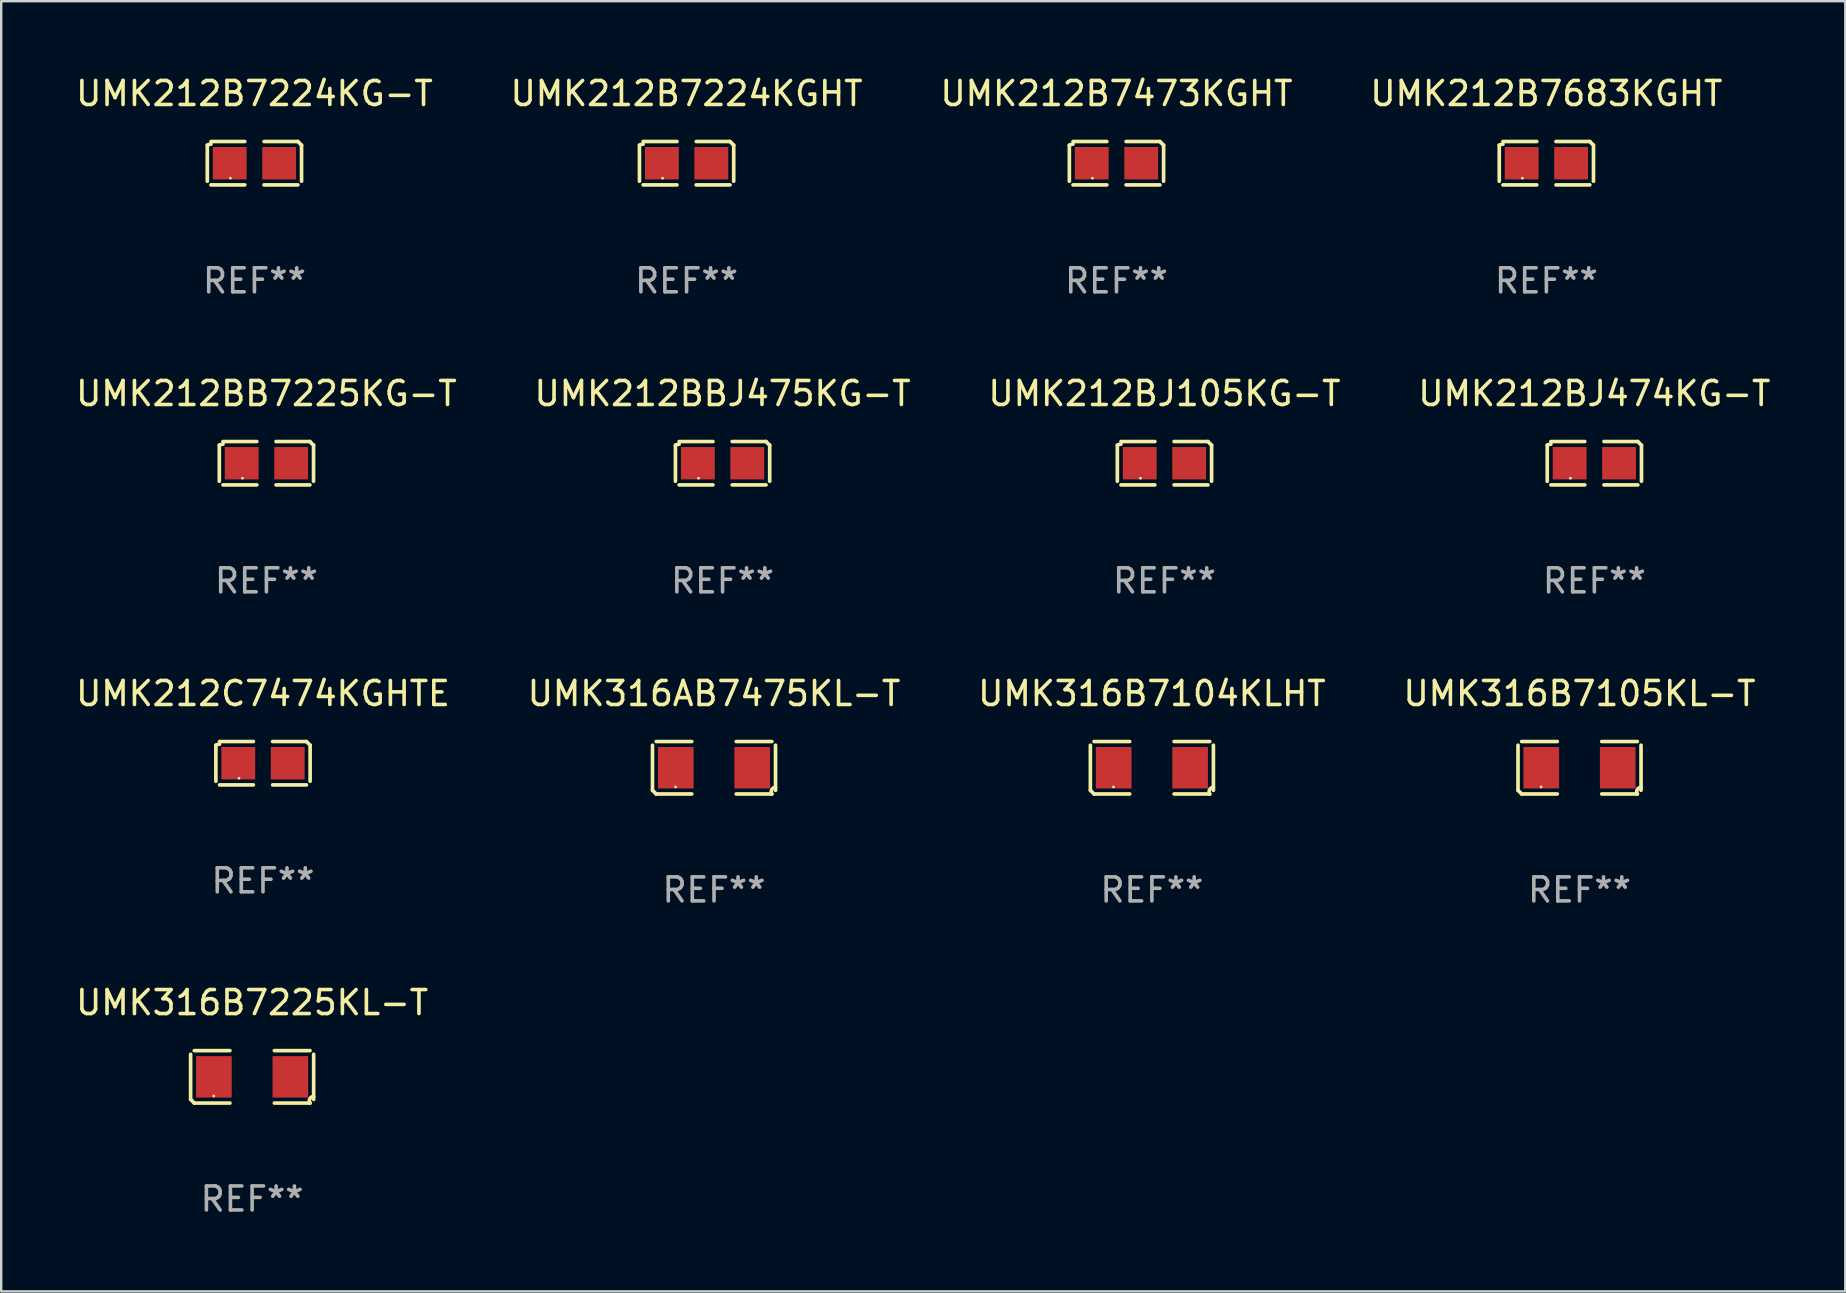
<source format=kicad_pcb>
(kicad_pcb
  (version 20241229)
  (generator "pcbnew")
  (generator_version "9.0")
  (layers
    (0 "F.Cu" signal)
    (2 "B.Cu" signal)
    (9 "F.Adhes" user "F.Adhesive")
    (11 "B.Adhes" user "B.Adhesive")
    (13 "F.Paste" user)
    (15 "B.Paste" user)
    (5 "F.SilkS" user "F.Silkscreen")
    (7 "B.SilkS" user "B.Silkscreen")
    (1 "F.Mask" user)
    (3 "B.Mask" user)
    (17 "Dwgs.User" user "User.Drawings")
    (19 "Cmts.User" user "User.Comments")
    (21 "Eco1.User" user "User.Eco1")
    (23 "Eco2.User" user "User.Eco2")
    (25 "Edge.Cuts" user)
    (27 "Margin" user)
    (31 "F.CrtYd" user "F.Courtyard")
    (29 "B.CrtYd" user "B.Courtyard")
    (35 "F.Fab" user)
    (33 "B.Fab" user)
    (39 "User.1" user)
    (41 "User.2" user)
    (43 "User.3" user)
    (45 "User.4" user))
  (footprint "UMK212BB7225KG-T"
    (layer "F.Cu")
    (at 8.054 16.256)
    (property "Reference" "UMK212BB7225KG-T" (at 0 -2.904 0) (layer "F.SilkS") (effects (font (size 1 1) (thickness 0.15))))
    (attr through_hole)
    (fp_line (start -1.964 0.751) (end -1.964 -0.751) (stroke (width 0.152) (type solid)) (layer "F.SilkS"))
    (fp_line (start -1.811 -0.904) (end -0.401 -0.904) (stroke (width 0.152) (type solid)) (layer "F.SilkS"))
    (fp_line (start -0.401 0.904) (end -1.811 0.904) (stroke (width 0.152) (type solid)) (layer "F.SilkS"))
    (fp_line (start 0.401 0.904) (end 1.811 0.904) (stroke (width 0.152) (type solid)) (layer "F.SilkS"))
    (fp_line (start 1.811 -0.904) (end 0.401 -0.904) (stroke (width 0.152) (type solid)) (layer "F.SilkS"))
    (fp_line (start 1.964 0.751) (end 1.964 -0.751) (stroke (width 0.152) (type solid)) (layer "F.SilkS"))
    (fp_arc (start -1.963602 -0.751207) (mid -1.890354 -0.783131) (end -1.811201 -0.794044) (stroke (width 0.1524) (type solid)) (layer "F.SilkS"))
    (fp_arc (start 1.811202 -0.903607) (mid 1.887413 -0.827418) (end 1.963602 -0.751207) (stroke (width 0.1524) (type solid)) (layer "F.SilkS"))
    (fp_circle (center -1 0.625) (end -0.97 0.625) (stroke (width 0.06) (type solid)) (fill no) (layer "F.SilkS"))
    (fp_text user "REF**" (at 0 4.904 0) (layer "F.Fab") (effects (font (size 1 1) (thickness 0.15))))
    (pad "1" smd rect (at -1.03 0) (size 1.41 1.35) (layers "F.Cu" "F.Mask" "F.Paste"))
    (pad "2" smd rect (at 1.03 0) (size 1.41 1.35) (layers "F.Cu" "F.Mask" "F.Paste")))
  (footprint "UMK316AB7475KL-T"
    (layer "F.Cu")
    (at 26.708 28.948)
    (property "Reference" "UMK316AB7475KL-T" (at 0 -3.093 0) (layer "F.SilkS") (effects (font (size 1 1) (thickness 0.15))))
    (attr through_hole)
    (fp_line (start -2.564 0.94) (end -2.564 -0.94) (stroke (width 0.152) (type solid)) (layer "F.SilkS"))
    (fp_line (start -2.411 -1.093) (end -0.926 -1.093) (stroke (width 0.152) (type solid)) (layer "F.SilkS"))
    (fp_line (start -0.926 1.093) (end -2.411 1.093) (stroke (width 0.152) (type solid)) (layer "F.SilkS"))
    (fp_line (start 0.926 1.093) (end 2.411 1.093) (stroke (width 0.152) (type solid)) (layer "F.SilkS"))
    (fp_line (start 2.411 -1.093) (end 0.926 -1.093) (stroke (width 0.152) (type solid)) (layer "F.SilkS"))
    (fp_line (start 2.564 0.94) (end 2.564 -0.94) (stroke (width 0.152) (type solid)) (layer "F.SilkS"))
    (fp_arc (start -2.411201 1.092609) (mid -2.487413 1.01642) (end -2.563602 0.940208) (stroke (width 0.1524) (type solid)) (layer "F.SilkS"))
    (fp_arc (start 2.411201 1.092609) (mid 2.407159 0.911226) (end 2.563602 0.819347) (stroke (width 0.1524) (type solid)) (layer "F.SilkS"))
    (fp_circle (center -1.6 0.8) (end -1.57 0.8) (stroke (width 0.06) (type solid)) (fill no) (layer "F.SilkS"))
    (fp_text user "REF**" (at 0 5.093 0) (layer "F.Fab") (effects (font (size 1 1) (thickness 0.15))))
    (pad "1" smd rect (at -1.593 0) (size 1.485 1.728) (layers "F.Cu" "F.Mask" "F.Paste"))
    (pad "2" smd rect (at 1.593 0) (size 1.485 1.728) (layers "F.Cu" "F.Mask" "F.Paste")))
  (footprint "UMK212BJ105KG-T"
    (layer "F.Cu")
    (at 45.482 16.256)
    (property "Reference" "UMK212BJ105KG-T" (at 0 -2.904 0) (layer "F.SilkS") (effects (font (size 1 1) (thickness 0.15))))
    (attr through_hole)
    (fp_line (start -1.964 0.751) (end -1.964 -0.751) (stroke (width 0.152) (type solid)) (layer "F.SilkS"))
    (fp_line (start -1.811 -0.904) (end -0.401 -0.904) (stroke (width 0.152) (type solid)) (layer "F.SilkS"))
    (fp_line (start -0.401 0.904) (end -1.811 0.904) (stroke (width 0.152) (type solid)) (layer "F.SilkS"))
    (fp_line (start 0.401 0.904) (end 1.811 0.904) (stroke (width 0.152) (type solid)) (layer "F.SilkS"))
    (fp_line (start 1.811 -0.904) (end 0.401 -0.904) (stroke (width 0.152) (type solid)) (layer "F.SilkS"))
    (fp_line (start 1.964 0.751) (end 1.964 -0.751) (stroke (width 0.152) (type solid)) (layer "F.SilkS"))
    (fp_arc (start -1.963602 -0.751207) (mid -1.890354 -0.783131) (end -1.811201 -0.794044) (stroke (width 0.1524) (type solid)) (layer "F.SilkS"))
    (fp_arc (start 1.811202 -0.903607) (mid 1.887413 -0.827418) (end 1.963602 -0.751207) (stroke (width 0.1524) (type solid)) (layer "F.SilkS"))
    (fp_circle (center -1 0.625) (end -0.97 0.625) (stroke (width 0.06) (type solid)) (fill no) (layer "F.SilkS"))
    (fp_text user "REF**" (at 0 4.904 0) (layer "F.Fab") (effects (font (size 1 1) (thickness 0.15))))
    (pad "1" smd rect (at -1.03 0) (size 1.41 1.35) (layers "F.Cu" "F.Mask" "F.Paste"))
    (pad "2" smd rect (at 1.03 0) (size 1.41 1.35) (layers "F.Cu" "F.Mask" "F.Paste")))
  (footprint "UMK212B7224KG-T"
    (layer "F.Cu")
    (at 7.554 3.752)
    (property "Reference" "UMK212B7224KG-T" (at 0 -2.904 0) (layer "F.SilkS") (effects (font (size 1 1) (thickness 0.15))))
    (attr through_hole)
    (fp_line (start -1.964 0.751) (end -1.964 -0.751) (stroke (width 0.152) (type solid)) (layer "F.SilkS"))
    (fp_line (start -1.811 -0.904) (end -0.401 -0.904) (stroke (width 0.152) (type solid)) (layer "F.SilkS"))
    (fp_line (start -0.401 0.904) (end -1.811 0.904) (stroke (width 0.152) (type solid)) (layer "F.SilkS"))
    (fp_line (start 0.401 0.904) (end 1.811 0.904) (stroke (width 0.152) (type solid)) (layer "F.SilkS"))
    (fp_line (start 1.811 -0.904) (end 0.401 -0.904) (stroke (width 0.152) (type solid)) (layer "F.SilkS"))
    (fp_line (start 1.964 0.751) (end 1.964 -0.751) (stroke (width 0.152) (type solid)) (layer "F.SilkS"))
    (fp_arc (start -1.963602 -0.751207) (mid -1.890354 -0.783131) (end -1.811201 -0.794044) (stroke (width 0.1524) (type solid)) (layer "F.SilkS"))
    (fp_arc (start 1.811202 -0.903607) (mid 1.887413 -0.827418) (end 1.963602 -0.751207) (stroke (width 0.1524) (type solid)) (layer "F.SilkS"))
    (fp_circle (center -1 0.625) (end -0.97 0.625) (stroke (width 0.06) (type solid)) (fill no) (layer "F.SilkS"))
    (fp_text user "REF**" (at 0 4.904 0) (layer "F.Fab") (effects (font (size 1 1) (thickness 0.15))))
    (pad "1" smd rect (at -1.03 0) (size 1.41 1.35) (layers "F.Cu" "F.Mask" "F.Paste"))
    (pad "2" smd rect (at 1.03 0) (size 1.41 1.35) (layers "F.Cu" "F.Mask" "F.Paste")))
  (footprint "UMK212B7683KGHT"
    (layer "F.Cu")
    (at 61.399 3.752)
    (property "Reference" "UMK212B7683KGHT" (at 0 -2.904 0) (layer "F.SilkS") (effects (font (size 1 1) (thickness 0.15))))
    (attr through_hole)
    (fp_line (start -1.964 0.751) (end -1.964 -0.751) (stroke (width 0.152) (type solid)) (layer "F.SilkS"))
    (fp_line (start -1.811 -0.904) (end -0.401 -0.904) (stroke (width 0.152) (type solid)) (layer "F.SilkS"))
    (fp_line (start -0.401 0.904) (end -1.811 0.904) (stroke (width 0.152) (type solid)) (layer "F.SilkS"))
    (fp_line (start 0.401 0.904) (end 1.811 0.904) (stroke (width 0.152) (type solid)) (layer "F.SilkS"))
    (fp_line (start 1.811 -0.904) (end 0.401 -0.904) (stroke (width 0.152) (type solid)) (layer "F.SilkS"))
    (fp_line (start 1.964 0.751) (end 1.964 -0.751) (stroke (width 0.152) (type solid)) (layer "F.SilkS"))
    (fp_arc (start -1.963602 -0.751207) (mid -1.890354 -0.783131) (end -1.811201 -0.794044) (stroke (width 0.1524) (type solid)) (layer "F.SilkS"))
    (fp_arc (start 1.811202 -0.903607) (mid 1.887413 -0.827418) (end 1.963602 -0.751207) (stroke (width 0.1524) (type solid)) (layer "F.SilkS"))
    (fp_circle (center -1 0.625) (end -0.97 0.625) (stroke (width 0.06) (type solid)) (fill no) (layer "F.SilkS"))
    (fp_text user "REF**" (at 0 4.904 0) (layer "F.Fab") (effects (font (size 1 1) (thickness 0.15))))
    (pad "1" smd rect (at -1.03 0) (size 1.41 1.35) (layers "F.Cu" "F.Mask" "F.Paste"))
    (pad "2" smd rect (at 1.03 0) (size 1.41 1.35) (layers "F.Cu" "F.Mask" "F.Paste")))
  (footprint "UMK212BJ474KG-T"
    (layer "F.Cu")
    (at 63.399 16.256)
    (property "Reference" "UMK212BJ474KG-T" (at 0 -2.904 0) (layer "F.SilkS") (effects (font (size 1 1) (thickness 0.15))))
    (attr through_hole)
    (fp_line (start -1.964 0.751) (end -1.964 -0.751) (stroke (width 0.152) (type solid)) (layer "F.SilkS"))
    (fp_line (start -1.811 -0.904) (end -0.401 -0.904) (stroke (width 0.152) (type solid)) (layer "F.SilkS"))
    (fp_line (start -0.401 0.904) (end -1.811 0.904) (stroke (width 0.152) (type solid)) (layer "F.SilkS"))
    (fp_line (start 0.401 0.904) (end 1.811 0.904) (stroke (width 0.152) (type solid)) (layer "F.SilkS"))
    (fp_line (start 1.811 -0.904) (end 0.401 -0.904) (stroke (width 0.152) (type solid)) (layer "F.SilkS"))
    (fp_line (start 1.964 0.751) (end 1.964 -0.751) (stroke (width 0.152) (type solid)) (layer "F.SilkS"))
    (fp_arc (start -1.963602 -0.751207) (mid -1.890354 -0.783131) (end -1.811201 -0.794044) (stroke (width 0.1524) (type solid)) (layer "F.SilkS"))
    (fp_arc (start 1.811202 -0.903607) (mid 1.887413 -0.827418) (end 1.963602 -0.751207) (stroke (width 0.1524) (type solid)) (layer "F.SilkS"))
    (fp_circle (center -1 0.625) (end -0.97 0.625) (stroke (width 0.06) (type solid)) (fill no) (layer "F.SilkS"))
    (fp_text user "REF**" (at 0 4.904 0) (layer "F.Fab") (effects (font (size 1 1) (thickness 0.15))))
    (pad "1" smd rect (at -1.03 0) (size 1.41 1.35) (layers "F.Cu" "F.Mask" "F.Paste"))
    (pad "2" smd rect (at 1.03 0) (size 1.41 1.35) (layers "F.Cu" "F.Mask" "F.Paste")))
  (footprint "UMK212B7473KGHT"
    (layer "F.Cu")
    (at 43.482 3.752)
    (property "Reference" "UMK212B7473KGHT" (at 0 -2.904 0) (layer "F.SilkS") (effects (font (size 1 1) (thickness 0.15))))
    (attr through_hole)
    (fp_line (start -1.964 0.751) (end -1.964 -0.751) (stroke (width 0.152) (type solid)) (layer "F.SilkS"))
    (fp_line (start -1.811 -0.904) (end -0.401 -0.904) (stroke (width 0.152) (type solid)) (layer "F.SilkS"))
    (fp_line (start -0.401 0.904) (end -1.811 0.904) (stroke (width 0.152) (type solid)) (layer "F.SilkS"))
    (fp_line (start 0.401 0.904) (end 1.811 0.904) (stroke (width 0.152) (type solid)) (layer "F.SilkS"))
    (fp_line (start 1.811 -0.904) (end 0.401 -0.904) (stroke (width 0.152) (type solid)) (layer "F.SilkS"))
    (fp_line (start 1.964 0.751) (end 1.964 -0.751) (stroke (width 0.152) (type solid)) (layer "F.SilkS"))
    (fp_arc (start -1.963602 -0.751207) (mid -1.890354 -0.783131) (end -1.811201 -0.794044) (stroke (width 0.1524) (type solid)) (layer "F.SilkS"))
    (fp_arc (start 1.811202 -0.903607) (mid 1.887413 -0.827418) (end 1.963602 -0.751207) (stroke (width 0.1524) (type solid)) (layer "F.SilkS"))
    (fp_circle (center -1 0.625) (end -0.97 0.625) (stroke (width 0.06) (type solid)) (fill no) (layer "F.SilkS"))
    (fp_text user "REF**" (at 0 4.904 0) (layer "F.Fab") (effects (font (size 1 1) (thickness 0.15))))
    (pad "1" smd rect (at -1.03 0) (size 1.41 1.35) (layers "F.Cu" "F.Mask" "F.Paste"))
    (pad "2" smd rect (at 1.03 0) (size 1.41 1.35) (layers "F.Cu" "F.Mask" "F.Paste")))
  (footprint "UMK212BBJ475KG-T"
    (layer "F.Cu")
    (at 27.065 16.256)
    (property "Reference" "UMK212BBJ475KG-T" (at 0 -2.904 0) (layer "F.SilkS") (effects (font (size 1 1) (thickness 0.15))))
    (attr through_hole)
    (fp_line (start -1.964 0.751) (end -1.964 -0.751) (stroke (width 0.152) (type solid)) (layer "F.SilkS"))
    (fp_line (start -1.811 -0.904) (end -0.401 -0.904) (stroke (width 0.152) (type solid)) (layer "F.SilkS"))
    (fp_line (start -0.401 0.904) (end -1.811 0.904) (stroke (width 0.152) (type solid)) (layer "F.SilkS"))
    (fp_line (start 0.401 0.904) (end 1.811 0.904) (stroke (width 0.152) (type solid)) (layer "F.SilkS"))
    (fp_line (start 1.811 -0.904) (end 0.401 -0.904) (stroke (width 0.152) (type solid)) (layer "F.SilkS"))
    (fp_line (start 1.964 0.751) (end 1.964 -0.751) (stroke (width 0.152) (type solid)) (layer "F.SilkS"))
    (fp_arc (start -1.963602 -0.751207) (mid -1.890354 -0.783131) (end -1.811201 -0.794044) (stroke (width 0.1524) (type solid)) (layer "F.SilkS"))
    (fp_arc (start 1.811202 -0.903607) (mid 1.887413 -0.827418) (end 1.963602 -0.751207) (stroke (width 0.1524) (type solid)) (layer "F.SilkS"))
    (fp_circle (center -1 0.625) (end -0.97 0.625) (stroke (width 0.06) (type solid)) (fill no) (layer "F.SilkS"))
    (fp_text user "REF**" (at 0 4.904 0) (layer "F.Fab") (effects (font (size 1 1) (thickness 0.15))))
    (pad "1" smd rect (at -1.03 0) (size 1.41 1.35) (layers "F.Cu" "F.Mask" "F.Paste"))
    (pad "2" smd rect (at 1.03 0) (size 1.41 1.35) (layers "F.Cu" "F.Mask" "F.Paste")))
  (footprint "UMK316B7104KLHT"
    (layer "F.Cu")
    (at 44.958 28.948)
    (property "Reference" "UMK316B7104KLHT" (at 0 -3.093 0) (layer "F.SilkS") (effects (font (size 1 1) (thickness 0.15))))
    (attr through_hole)
    (fp_line (start -2.564 0.94) (end -2.564 -0.94) (stroke (width 0.152) (type solid)) (layer "F.SilkS"))
    (fp_line (start -2.411 -1.093) (end -0.926 -1.093) (stroke (width 0.152) (type solid)) (layer "F.SilkS"))
    (fp_line (start -0.926 1.093) (end -2.411 1.093) (stroke (width 0.152) (type solid)) (layer "F.SilkS"))
    (fp_line (start 0.926 1.093) (end 2.411 1.093) (stroke (width 0.152) (type solid)) (layer "F.SilkS"))
    (fp_line (start 2.411 -1.093) (end 0.926 -1.093) (stroke (width 0.152) (type solid)) (layer "F.SilkS"))
    (fp_line (start 2.564 0.94) (end 2.564 -0.94) (stroke (width 0.152) (type solid)) (layer "F.SilkS"))
    (fp_arc (start -2.411201 1.092609) (mid -2.487413 1.01642) (end -2.563602 0.940208) (stroke (width 0.1524) (type solid)) (layer "F.SilkS"))
    (fp_arc (start 2.411201 1.092609) (mid 2.407159 0.911226) (end 2.563602 0.819347) (stroke (width 0.1524) (type solid)) (layer "F.SilkS"))
    (fp_circle (center -1.6 0.8) (end -1.57 0.8) (stroke (width 0.06) (type solid)) (fill no) (layer "F.SilkS"))
    (fp_text user "REF**" (at 0 5.093 0) (layer "F.Fab") (effects (font (size 1 1) (thickness 0.15))))
    (pad "1" smd rect (at -1.593 0) (size 1.485 1.728) (layers "F.Cu" "F.Mask" "F.Paste"))
    (pad "2" smd rect (at 1.593 0) (size 1.485 1.728) (layers "F.Cu" "F.Mask" "F.Paste")))
  (footprint "UMK212B7224KGHT"
    (layer "F.Cu")
    (at 25.565 3.752)
    (property "Reference" "UMK212B7224KGHT" (at 0 -2.904 0) (layer "F.SilkS") (effects (font (size 1 1) (thickness 0.15))))
    (attr through_hole)
    (fp_line (start -1.964 0.751) (end -1.964 -0.751) (stroke (width 0.152) (type solid)) (layer "F.SilkS"))
    (fp_line (start -1.811 -0.904) (end -0.401 -0.904) (stroke (width 0.152) (type solid)) (layer "F.SilkS"))
    (fp_line (start -0.401 0.904) (end -1.811 0.904) (stroke (width 0.152) (type solid)) (layer "F.SilkS"))
    (fp_line (start 0.401 0.904) (end 1.811 0.904) (stroke (width 0.152) (type solid)) (layer "F.SilkS"))
    (fp_line (start 1.811 -0.904) (end 0.401 -0.904) (stroke (width 0.152) (type solid)) (layer "F.SilkS"))
    (fp_line (start 1.964 0.751) (end 1.964 -0.751) (stroke (width 0.152) (type solid)) (layer "F.SilkS"))
    (fp_arc (start -1.963602 -0.751207) (mid -1.890354 -0.783131) (end -1.811201 -0.794044) (stroke (width 0.1524) (type solid)) (layer "F.SilkS"))
    (fp_arc (start 1.811202 -0.903607) (mid 1.887413 -0.827418) (end 1.963602 -0.751207) (stroke (width 0.1524) (type solid)) (layer "F.SilkS"))
    (fp_circle (center -1 0.625) (end -0.97 0.625) (stroke (width 0.06) (type solid)) (fill no) (layer "F.SilkS"))
    (fp_text user "REF**" (at 0 4.904 0) (layer "F.Fab") (effects (font (size 1 1) (thickness 0.15))))
    (pad "1" smd rect (at -1.03 0) (size 1.41 1.35) (layers "F.Cu" "F.Mask" "F.Paste"))
    (pad "2" smd rect (at 1.03 0) (size 1.41 1.35) (layers "F.Cu" "F.Mask" "F.Paste")))
  (footprint "UMK316B7105KL-T"
    (layer "F.Cu")
    (at 62.78 28.948)
    (property "Reference" "UMK316B7105KL-T" (at 0 -3.093 0) (layer "F.SilkS") (effects (font (size 1 1) (thickness 0.15))))
    (attr through_hole)
    (fp_line (start -2.564 0.94) (end -2.564 -0.94) (stroke (width 0.152) (type solid)) (layer "F.SilkS"))
    (fp_line (start -2.411 -1.093) (end -0.926 -1.093) (stroke (width 0.152) (type solid)) (layer "F.SilkS"))
    (fp_line (start -0.926 1.093) (end -2.411 1.093) (stroke (width 0.152) (type solid)) (layer "F.SilkS"))
    (fp_line (start 0.926 1.093) (end 2.411 1.093) (stroke (width 0.152) (type solid)) (layer "F.SilkS"))
    (fp_line (start 2.411 -1.093) (end 0.926 -1.093) (stroke (width 0.152) (type solid)) (layer "F.SilkS"))
    (fp_line (start 2.564 0.94) (end 2.564 -0.94) (stroke (width 0.152) (type solid)) (layer "F.SilkS"))
    (fp_arc (start -2.411201 1.092609) (mid -2.487413 1.01642) (end -2.563602 0.940208) (stroke (width 0.1524) (type solid)) (layer "F.SilkS"))
    (fp_arc (start 2.411201 1.092609) (mid 2.407159 0.911226) (end 2.563602 0.819347) (stroke (width 0.1524) (type solid)) (layer "F.SilkS"))
    (fp_circle (center -1.6 0.8) (end -1.57 0.8) (stroke (width 0.06) (type solid)) (fill no) (layer "F.SilkS"))
    (fp_text user "REF**" (at 0 5.093 0) (layer "F.Fab") (effects (font (size 1 1) (thickness 0.15))))
    (pad "1" smd rect (at -1.593 0) (size 1.485 1.728) (layers "F.Cu" "F.Mask" "F.Paste"))
    (pad "2" smd rect (at 1.593 0) (size 1.485 1.728) (layers "F.Cu" "F.Mask" "F.Paste")))
  (footprint "UMK212C7474KGHTE"
    (layer "F.Cu")
    (at 7.911 28.759)
    (property "Reference" "UMK212C7474KGHTE" (at 0 -2.904 0) (layer "F.SilkS") (effects (font (size 1 1) (thickness 0.15))))
    (attr through_hole)
    (fp_line (start -1.964 0.751) (end -1.964 -0.751) (stroke (width 0.152) (type solid)) (layer "F.SilkS"))
    (fp_line (start -1.811 -0.904) (end -0.401 -0.904) (stroke (width 0.152) (type solid)) (layer "F.SilkS"))
    (fp_line (start -0.401 0.904) (end -1.811 0.904) (stroke (width 0.152) (type solid)) (layer "F.SilkS"))
    (fp_line (start 0.401 0.904) (end 1.811 0.904) (stroke (width 0.152) (type solid)) (layer "F.SilkS"))
    (fp_line (start 1.811 -0.904) (end 0.401 -0.904) (stroke (width 0.152) (type solid)) (layer "F.SilkS"))
    (fp_line (start 1.964 0.751) (end 1.964 -0.751) (stroke (width 0.152) (type solid)) (layer "F.SilkS"))
    (fp_arc (start -1.963602 -0.751207) (mid -1.890354 -0.783131) (end -1.811201 -0.794044) (stroke (width 0.1524) (type solid)) (layer "F.SilkS"))
    (fp_arc (start 1.811202 -0.903607) (mid 1.887413 -0.827418) (end 1.963602 -0.751207) (stroke (width 0.1524) (type solid)) (layer "F.SilkS"))
    (fp_circle (center -1 0.625) (end -0.97 0.625) (stroke (width 0.06) (type solid)) (fill no) (layer "F.SilkS"))
    (fp_text user "REF**" (at 0 4.904 0) (layer "F.Fab") (effects (font (size 1 1) (thickness 0.15))))
    (pad "1" smd rect (at -1.03 0) (size 1.41 1.35) (layers "F.Cu" "F.Mask" "F.Paste"))
    (pad "2" smd rect (at 1.03 0) (size 1.41 1.35) (layers "F.Cu" "F.Mask" "F.Paste")))
  (footprint "UMK316B7225KL-T"
    (layer "F.Cu")
    (at 7.458 41.83)
    (property "Reference" "UMK316B7225KL-T" (at 0 -3.093 0) (layer "F.SilkS") (effects (font (size 1 1) (thickness 0.15))))
    (attr through_hole)
    (fp_line (start -2.564 0.94) (end -2.564 -0.94) (stroke (width 0.152) (type solid)) (layer "F.SilkS"))
    (fp_line (start -2.411 -1.093) (end -0.926 -1.093) (stroke (width 0.152) (type solid)) (layer "F.SilkS"))
    (fp_line (start -0.926 1.093) (end -2.411 1.093) (stroke (width 0.152) (type solid)) (layer "F.SilkS"))
    (fp_line (start 0.926 1.093) (end 2.411 1.093) (stroke (width 0.152) (type solid)) (layer "F.SilkS"))
    (fp_line (start 2.411 -1.093) (end 0.926 -1.093) (stroke (width 0.152) (type solid)) (layer "F.SilkS"))
    (fp_line (start 2.564 0.94) (end 2.564 -0.94) (stroke (width 0.152) (type solid)) (layer "F.SilkS"))
    (fp_arc (start -2.411201 1.092609) (mid -2.487413 1.01642) (end -2.563602 0.940208) (stroke (width 0.1524) (type solid)) (layer "F.SilkS"))
    (fp_arc (start 2.411201 1.092609) (mid 2.407159 0.911226) (end 2.563602 0.819347) (stroke (width 0.1524) (type solid)) (layer "F.SilkS"))
    (fp_circle (center -1.6 0.8) (end -1.57 0.8) (stroke (width 0.06) (type solid)) (fill no) (layer "F.SilkS"))
    (fp_text user "REF**" (at 0 5.093 0) (layer "F.Fab") (effects (font (size 1 1) (thickness 0.15))))
    (pad "1" smd rect (at -1.593 0) (size 1.485 1.728) (layers "F.Cu" "F.Mask" "F.Paste"))
    (pad "2" smd rect (at 1.593 0) (size 1.485 1.728) (layers "F.Cu" "F.Mask" "F.Paste")))
  (gr_rect
    (start -3 -3)
    (end 73.857 50.771)
    (stroke (width 0.1) (type default))
    (fill no)
    (layer "Edge.Cuts")))
</source>
